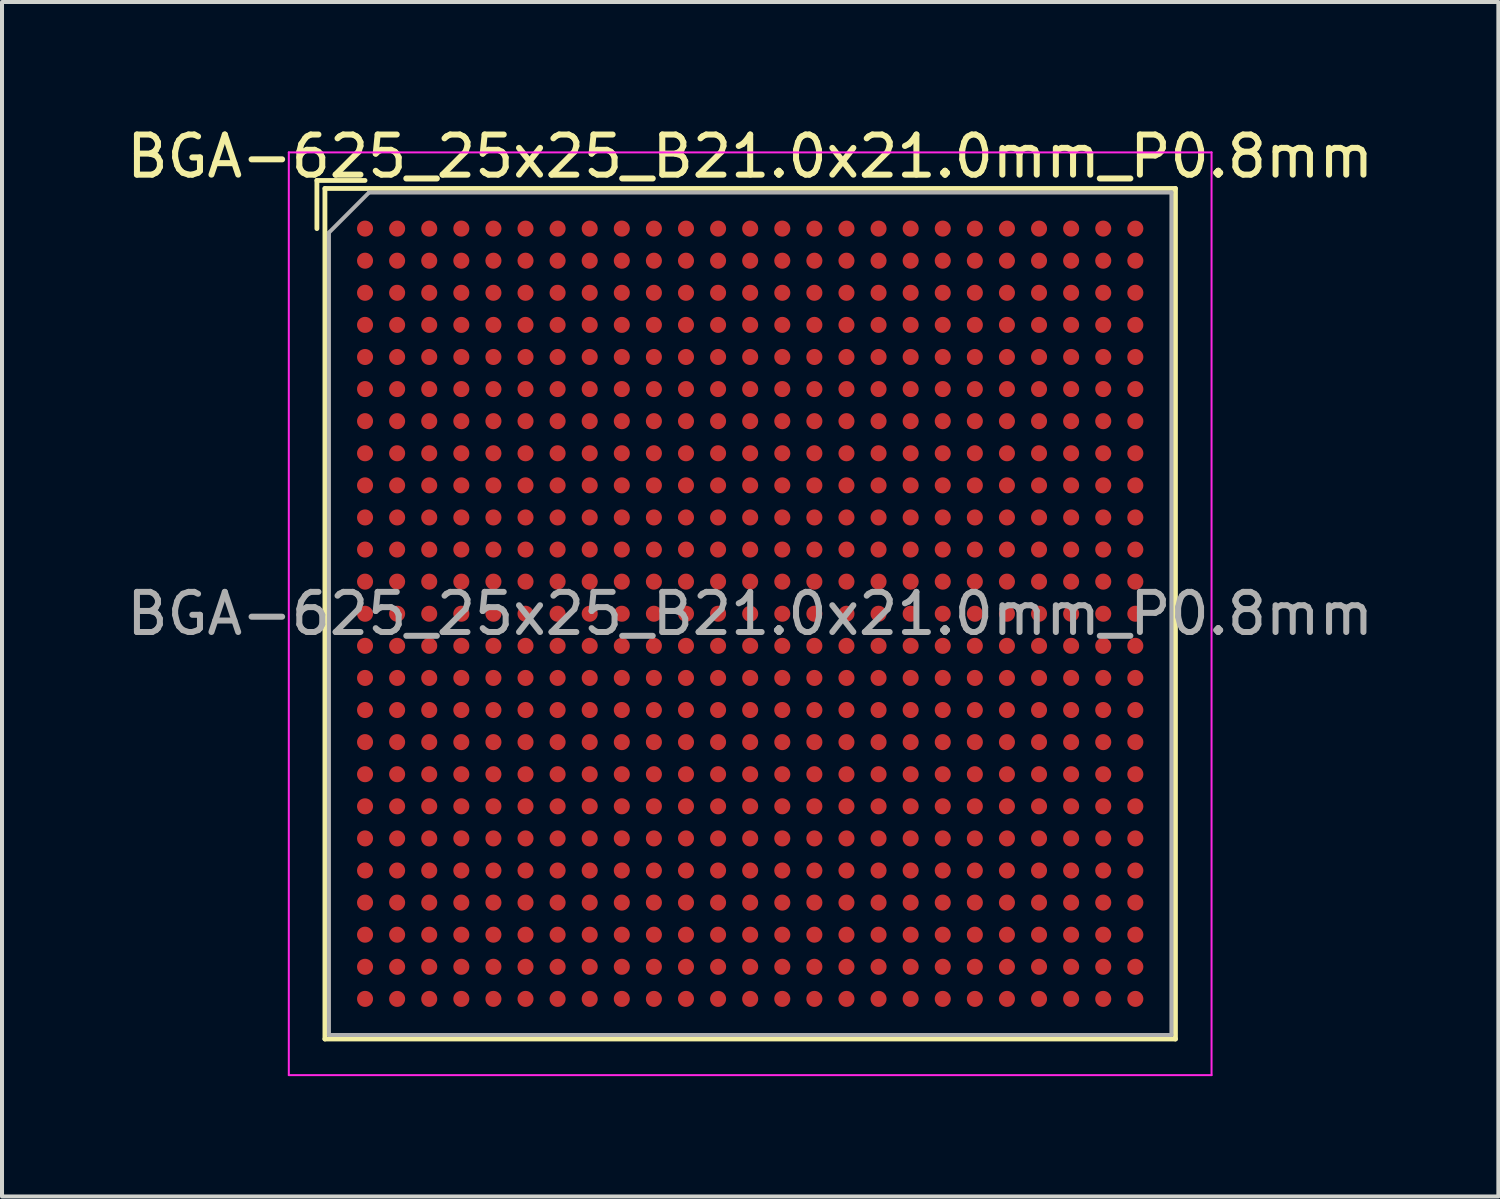
<source format=kicad_pcb>
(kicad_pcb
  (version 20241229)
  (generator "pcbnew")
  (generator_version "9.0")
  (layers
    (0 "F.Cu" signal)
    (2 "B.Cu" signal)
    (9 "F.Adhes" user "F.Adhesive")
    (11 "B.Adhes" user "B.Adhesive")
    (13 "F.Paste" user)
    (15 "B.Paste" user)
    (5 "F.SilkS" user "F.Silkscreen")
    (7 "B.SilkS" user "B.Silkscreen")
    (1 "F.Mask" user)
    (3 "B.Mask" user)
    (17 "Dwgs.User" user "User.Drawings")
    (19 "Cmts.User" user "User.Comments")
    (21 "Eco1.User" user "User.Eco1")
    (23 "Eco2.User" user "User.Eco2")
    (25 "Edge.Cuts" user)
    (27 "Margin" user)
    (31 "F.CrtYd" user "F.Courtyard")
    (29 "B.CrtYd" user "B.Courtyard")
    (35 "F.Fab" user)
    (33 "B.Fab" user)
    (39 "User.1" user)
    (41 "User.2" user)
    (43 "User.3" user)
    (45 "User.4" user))
  (footprint "BGA-625_25x25_B21.0x21.0mm_P0.8mm"
    (layer "F.Cu")
    (at 15.649 12.248)
    (property "Reference" "BGA-625_25x25_B21.0x21.0mm_P0.8mm" (at 0 -11.4 0) (layer "F.SilkS") (effects (font (size 1 1) (thickness 0.15))))
    (attr smd)
    (fp_line (start -10.8 -10.8) (end -10.8 -9.6) (stroke (width 0.12) (type solid)) (layer "F.SilkS"))
    (fp_line (start -10.6 -10.6) (end 10.6 -10.6) (stroke (width 0.12) (type solid)) (layer "F.SilkS"))
    (fp_line (start -10.6 10.6) (end -10.6 -10.6) (stroke (width 0.12) (type solid)) (layer "F.SilkS"))
    (fp_line (start -9.6 -10.8) (end -10.8 -10.8) (stroke (width 0.12) (type solid)) (layer "F.SilkS"))
    (fp_line (start 10.6 -10.6) (end 10.6 10.6) (stroke (width 0.12) (type solid)) (layer "F.SilkS"))
    (fp_line (start 10.6 10.6) (end -10.6 10.6) (stroke (width 0.12) (type solid)) (layer "F.SilkS"))
    (fp_line (start -11.5 -11.5) (end -11.5 11.5) (stroke (width 0.05) (type solid)) (layer "F.CrtYd"))
    (fp_line (start -11.5 -11.5) (end 11.5 -11.5) (stroke (width 0.05) (type solid)) (layer "F.CrtYd"))
    (fp_line (start 11.5 11.5) (end -11.5 11.5) (stroke (width 0.05) (type solid)) (layer "F.CrtYd"))
    (fp_line (start 11.5 11.5) (end 11.5 -11.5) (stroke (width 0.05) (type solid)) (layer "F.CrtYd"))
    (fp_line (start -10.5 -9.5) (end -9.5 -10.5) (stroke (width 0.1) (type solid)) (layer "F.Fab"))
    (fp_line (start -10.5 10.5) (end -10.5 -9.5) (stroke (width 0.1) (type solid)) (layer "F.Fab"))
    (fp_line (start -9.5 -10.5) (end 10.5 -10.5) (stroke (width 0.1) (type solid)) (layer "F.Fab"))
    (fp_line (start 10.5 -10.5) (end 10.5 10.5) (stroke (width 0.1) (type solid)) (layer "F.Fab"))
    (fp_line (start 10.5 10.5) (end -10.5 10.5) (stroke (width 0.1) (type solid)) (layer "F.Fab"))
    (fp_text user "${REFERENCE}" (at 0 0 0) (layer "F.Fab") (effects (font (size 1 1) (thickness 0.15))))
    (pad "A1" smd circle (at -9.6 -9.6) (size 0.4 0.4) (layers "F.Cu" "F.Mask" "F.Paste"))
    (pad "A2" smd circle (at -8.8 -9.6) (size 0.4 0.4) (layers "F.Cu" "F.Mask" "F.Paste"))
    (pad "A3" smd circle (at -8 -9.6) (size 0.4 0.4) (layers "F.Cu" "F.Mask" "F.Paste"))
    (pad "A4" smd circle (at -7.2 -9.6) (size 0.4 0.4) (layers "F.Cu" "F.Mask" "F.Paste"))
    (pad "A5" smd circle (at -6.4 -9.6) (size 0.4 0.4) (layers "F.Cu" "F.Mask" "F.Paste"))
    (pad "A6" smd circle (at -5.6 -9.6) (size 0.4 0.4) (layers "F.Cu" "F.Mask" "F.Paste"))
    (pad "A7" smd circle (at -4.8 -9.6) (size 0.4 0.4) (layers "F.Cu" "F.Mask" "F.Paste"))
    (pad "A8" smd circle (at -4 -9.6) (size 0.4 0.4) (layers "F.Cu" "F.Mask" "F.Paste"))
    (pad "A9" smd circle (at -3.2 -9.6) (size 0.4 0.4) (layers "F.Cu" "F.Mask" "F.Paste"))
    (pad "A10" smd circle (at -2.4 -9.6) (size 0.4 0.4) (layers "F.Cu" "F.Mask" "F.Paste"))
    (pad "A11" smd circle (at -1.6 -9.6) (size 0.4 0.4) (layers "F.Cu" "F.Mask" "F.Paste"))
    (pad "A12" smd circle (at -0.8 -9.6) (size 0.4 0.4) (layers "F.Cu" "F.Mask" "F.Paste"))
    (pad "A13" smd circle (at 0 -9.6) (size 0.4 0.4) (layers "F.Cu" "F.Mask" "F.Paste"))
    (pad "A14" smd circle (at 0.8 -9.6) (size 0.4 0.4) (layers "F.Cu" "F.Mask" "F.Paste"))
    (pad "A15" smd circle (at 1.6 -9.6) (size 0.4 0.4) (layers "F.Cu" "F.Mask" "F.Paste"))
    (pad "A16" smd circle (at 2.4 -9.6) (size 0.4 0.4) (layers "F.Cu" "F.Mask" "F.Paste"))
    (pad "A17" smd circle (at 3.2 -9.6) (size 0.4 0.4) (layers "F.Cu" "F.Mask" "F.Paste"))
    (pad "A18" smd circle (at 4 -9.6) (size 0.4 0.4) (layers "F.Cu" "F.Mask" "F.Paste"))
    (pad "A19" smd circle (at 4.8 -9.6) (size 0.4 0.4) (layers "F.Cu" "F.Mask" "F.Paste"))
    (pad "A20" smd circle (at 5.6 -9.6) (size 0.4 0.4) (layers "F.Cu" "F.Mask" "F.Paste"))
    (pad "A21" smd circle (at 6.4 -9.6) (size 0.4 0.4) (layers "F.Cu" "F.Mask" "F.Paste"))
    (pad "A22" smd circle (at 7.2 -9.6) (size 0.4 0.4) (layers "F.Cu" "F.Mask" "F.Paste"))
    (pad "A23" smd circle (at 8 -9.6) (size 0.4 0.4) (layers "F.Cu" "F.Mask" "F.Paste"))
    (pad "A24" smd circle (at 8.8 -9.6) (size 0.4 0.4) (layers "F.Cu" "F.Mask" "F.Paste"))
    (pad "A25" smd circle (at 9.6 -9.6) (size 0.4 0.4) (layers "F.Cu" "F.Mask" "F.Paste"))
    (pad "AA1" smd circle (at -9.6 6.4) (size 0.4 0.4) (layers "F.Cu" "F.Mask" "F.Paste"))
    (pad "AA2" smd circle (at -8.8 6.4) (size 0.4 0.4) (layers "F.Cu" "F.Mask" "F.Paste"))
    (pad "AA3" smd circle (at -8 6.4) (size 0.4 0.4) (layers "F.Cu" "F.Mask" "F.Paste"))
    (pad "AA4" smd circle (at -7.2 6.4) (size 0.4 0.4) (layers "F.Cu" "F.Mask" "F.Paste"))
    (pad "AA5" smd circle (at -6.4 6.4) (size 0.4 0.4) (layers "F.Cu" "F.Mask" "F.Paste"))
    (pad "AA6" smd circle (at -5.6 6.4) (size 0.4 0.4) (layers "F.Cu" "F.Mask" "F.Paste"))
    (pad "AA7" smd circle (at -4.8 6.4) (size 0.4 0.4) (layers "F.Cu" "F.Mask" "F.Paste"))
    (pad "AA8" smd circle (at -4 6.4) (size 0.4 0.4) (layers "F.Cu" "F.Mask" "F.Paste"))
    (pad "AA9" smd circle (at -3.2 6.4) (size 0.4 0.4) (layers "F.Cu" "F.Mask" "F.Paste"))
    (pad "AA10" smd circle (at -2.4 6.4) (size 0.4 0.4) (layers "F.Cu" "F.Mask" "F.Paste"))
    (pad "AA11" smd circle (at -1.6 6.4) (size 0.4 0.4) (layers "F.Cu" "F.Mask" "F.Paste"))
    (pad "AA12" smd circle (at -0.8 6.4) (size 0.4 0.4) (layers "F.Cu" "F.Mask" "F.Paste"))
    (pad "AA13" smd circle (at 0 6.4) (size 0.4 0.4) (layers "F.Cu" "F.Mask" "F.Paste"))
    (pad "AA14" smd circle (at 0.8 6.4) (size 0.4 0.4) (layers "F.Cu" "F.Mask" "F.Paste"))
    (pad "AA15" smd circle (at 1.6 6.4) (size 0.4 0.4) (layers "F.Cu" "F.Mask" "F.Paste"))
    (pad "AA16" smd circle (at 2.4 6.4) (size 0.4 0.4) (layers "F.Cu" "F.Mask" "F.Paste"))
    (pad "AA17" smd circle (at 3.2 6.4) (size 0.4 0.4) (layers "F.Cu" "F.Mask" "F.Paste"))
    (pad "AA18" smd circle (at 4 6.4) (size 0.4 0.4) (layers "F.Cu" "F.Mask" "F.Paste"))
    (pad "AA19" smd circle (at 4.8 6.4) (size 0.4 0.4) (layers "F.Cu" "F.Mask" "F.Paste"))
    (pad "AA20" smd circle (at 5.6 6.4) (size 0.4 0.4) (layers "F.Cu" "F.Mask" "F.Paste"))
    (pad "AA21" smd circle (at 6.4 6.4) (size 0.4 0.4) (layers "F.Cu" "F.Mask" "F.Paste"))
    (pad "AA22" smd circle (at 7.2 6.4) (size 0.4 0.4) (layers "F.Cu" "F.Mask" "F.Paste"))
    (pad "AA23" smd circle (at 8 6.4) (size 0.4 0.4) (layers "F.Cu" "F.Mask" "F.Paste"))
    (pad "AA24" smd circle (at 8.8 6.4) (size 0.4 0.4) (layers "F.Cu" "F.Mask" "F.Paste"))
    (pad "AA25" smd circle (at 9.6 6.4) (size 0.4 0.4) (layers "F.Cu" "F.Mask" "F.Paste"))
    (pad "AB1" smd circle (at -9.6 7.2) (size 0.4 0.4) (layers "F.Cu" "F.Mask" "F.Paste"))
    (pad "AB2" smd circle (at -8.8 7.2) (size 0.4 0.4) (layers "F.Cu" "F.Mask" "F.Paste"))
    (pad "AB3" smd circle (at -8 7.2) (size 0.4 0.4) (layers "F.Cu" "F.Mask" "F.Paste"))
    (pad "AB4" smd circle (at -7.2 7.2) (size 0.4 0.4) (layers "F.Cu" "F.Mask" "F.Paste"))
    (pad "AB5" smd circle (at -6.4 7.2) (size 0.4 0.4) (layers "F.Cu" "F.Mask" "F.Paste"))
    (pad "AB6" smd circle (at -5.6 7.2) (size 0.4 0.4) (layers "F.Cu" "F.Mask" "F.Paste"))
    (pad "AB7" smd circle (at -4.8 7.2) (size 0.4 0.4) (layers "F.Cu" "F.Mask" "F.Paste"))
    (pad "AB8" smd circle (at -4 7.2) (size 0.4 0.4) (layers "F.Cu" "F.Mask" "F.Paste"))
    (pad "AB9" smd circle (at -3.2 7.2) (size 0.4 0.4) (layers "F.Cu" "F.Mask" "F.Paste"))
    (pad "AB10" smd circle (at -2.4 7.2) (size 0.4 0.4) (layers "F.Cu" "F.Mask" "F.Paste"))
    (pad "AB11" smd circle (at -1.6 7.2) (size 0.4 0.4) (layers "F.Cu" "F.Mask" "F.Paste"))
    (pad "AB12" smd circle (at -0.8 7.2) (size 0.4 0.4) (layers "F.Cu" "F.Mask" "F.Paste"))
    (pad "AB13" smd circle (at 0 7.2) (size 0.4 0.4) (layers "F.Cu" "F.Mask" "F.Paste"))
    (pad "AB14" smd circle (at 0.8 7.2) (size 0.4 0.4) (layers "F.Cu" "F.Mask" "F.Paste"))
    (pad "AB15" smd circle (at 1.6 7.2) (size 0.4 0.4) (layers "F.Cu" "F.Mask" "F.Paste"))
    (pad "AB16" smd circle (at 2.4 7.2) (size 0.4 0.4) (layers "F.Cu" "F.Mask" "F.Paste"))
    (pad "AB17" smd circle (at 3.2 7.2) (size 0.4 0.4) (layers "F.Cu" "F.Mask" "F.Paste"))
    (pad "AB18" smd circle (at 4 7.2) (size 0.4 0.4) (layers "F.Cu" "F.Mask" "F.Paste"))
    (pad "AB19" smd circle (at 4.8 7.2) (size 0.4 0.4) (layers "F.Cu" "F.Mask" "F.Paste"))
    (pad "AB20" smd circle (at 5.6 7.2) (size 0.4 0.4) (layers "F.Cu" "F.Mask" "F.Paste"))
    (pad "AB21" smd circle (at 6.4 7.2) (size 0.4 0.4) (layers "F.Cu" "F.Mask" "F.Paste"))
    (pad "AB22" smd circle (at 7.2 7.2) (size 0.4 0.4) (layers "F.Cu" "F.Mask" "F.Paste"))
    (pad "AB23" smd circle (at 8 7.2) (size 0.4 0.4) (layers "F.Cu" "F.Mask" "F.Paste"))
    (pad "AB24" smd circle (at 8.8 7.2) (size 0.4 0.4) (layers "F.Cu" "F.Mask" "F.Paste"))
    (pad "AB25" smd circle (at 9.6 7.2) (size 0.4 0.4) (layers "F.Cu" "F.Mask" "F.Paste"))
    (pad "AC1" smd circle (at -9.6 8) (size 0.4 0.4) (layers "F.Cu" "F.Mask" "F.Paste"))
    (pad "AC2" smd circle (at -8.8 8) (size 0.4 0.4) (layers "F.Cu" "F.Mask" "F.Paste"))
    (pad "AC3" smd circle (at -8 8) (size 0.4 0.4) (layers "F.Cu" "F.Mask" "F.Paste"))
    (pad "AC4" smd circle (at -7.2 8) (size 0.4 0.4) (layers "F.Cu" "F.Mask" "F.Paste"))
    (pad "AC5" smd circle (at -6.4 8) (size 0.4 0.4) (layers "F.Cu" "F.Mask" "F.Paste"))
    (pad "AC6" smd circle (at -5.6 8) (size 0.4 0.4) (layers "F.Cu" "F.Mask" "F.Paste"))
    (pad "AC7" smd circle (at -4.8 8) (size 0.4 0.4) (layers "F.Cu" "F.Mask" "F.Paste"))
    (pad "AC8" smd circle (at -4 8) (size 0.4 0.4) (layers "F.Cu" "F.Mask" "F.Paste"))
    (pad "AC9" smd circle (at -3.2 8) (size 0.4 0.4) (layers "F.Cu" "F.Mask" "F.Paste"))
    (pad "AC10" smd circle (at -2.4 8) (size 0.4 0.4) (layers "F.Cu" "F.Mask" "F.Paste"))
    (pad "AC11" smd circle (at -1.6 8) (size 0.4 0.4) (layers "F.Cu" "F.Mask" "F.Paste"))
    (pad "AC12" smd circle (at -0.8 8) (size 0.4 0.4) (layers "F.Cu" "F.Mask" "F.Paste"))
    (pad "AC13" smd circle (at 0 8) (size 0.4 0.4) (layers "F.Cu" "F.Mask" "F.Paste"))
    (pad "AC14" smd circle (at 0.8 8) (size 0.4 0.4) (layers "F.Cu" "F.Mask" "F.Paste"))
    (pad "AC15" smd circle (at 1.6 8) (size 0.4 0.4) (layers "F.Cu" "F.Mask" "F.Paste"))
    (pad "AC16" smd circle (at 2.4 8) (size 0.4 0.4) (layers "F.Cu" "F.Mask" "F.Paste"))
    (pad "AC17" smd circle (at 3.2 8) (size 0.4 0.4) (layers "F.Cu" "F.Mask" "F.Paste"))
    (pad "AC18" smd circle (at 4 8) (size 0.4 0.4) (layers "F.Cu" "F.Mask" "F.Paste"))
    (pad "AC19" smd circle (at 4.8 8) (size 0.4 0.4) (layers "F.Cu" "F.Mask" "F.Paste"))
    (pad "AC20" smd circle (at 5.6 8) (size 0.4 0.4) (layers "F.Cu" "F.Mask" "F.Paste"))
    (pad "AC21" smd circle (at 6.4 8) (size 0.4 0.4) (layers "F.Cu" "F.Mask" "F.Paste"))
    (pad "AC22" smd circle (at 7.2 8) (size 0.4 0.4) (layers "F.Cu" "F.Mask" "F.Paste"))
    (pad "AC23" smd circle (at 8 8) (size 0.4 0.4) (layers "F.Cu" "F.Mask" "F.Paste"))
    (pad "AC24" smd circle (at 8.8 8) (size 0.4 0.4) (layers "F.Cu" "F.Mask" "F.Paste"))
    (pad "AC25" smd circle (at 9.6 8) (size 0.4 0.4) (layers "F.Cu" "F.Mask" "F.Paste"))
    (pad "AD1" smd circle (at -9.6 8.8) (size 0.4 0.4) (layers "F.Cu" "F.Mask" "F.Paste"))
    (pad "AD2" smd circle (at -8.8 8.8) (size 0.4 0.4) (layers "F.Cu" "F.Mask" "F.Paste"))
    (pad "AD3" smd circle (at -8 8.8) (size 0.4 0.4) (layers "F.Cu" "F.Mask" "F.Paste"))
    (pad "AD4" smd circle (at -7.2 8.8) (size 0.4 0.4) (layers "F.Cu" "F.Mask" "F.Paste"))
    (pad "AD5" smd circle (at -6.4 8.8) (size 0.4 0.4) (layers "F.Cu" "F.Mask" "F.Paste"))
    (pad "AD6" smd circle (at -5.6 8.8) (size 0.4 0.4) (layers "F.Cu" "F.Mask" "F.Paste"))
    (pad "AD7" smd circle (at -4.8 8.8) (size 0.4 0.4) (layers "F.Cu" "F.Mask" "F.Paste"))
    (pad "AD8" smd circle (at -4 8.8) (size 0.4 0.4) (layers "F.Cu" "F.Mask" "F.Paste"))
    (pad "AD9" smd circle (at -3.2 8.8) (size 0.4 0.4) (layers "F.Cu" "F.Mask" "F.Paste"))
    (pad "AD10" smd circle (at -2.4 8.8) (size 0.4 0.4) (layers "F.Cu" "F.Mask" "F.Paste"))
    (pad "AD11" smd circle (at -1.6 8.8) (size 0.4 0.4) (layers "F.Cu" "F.Mask" "F.Paste"))
    (pad "AD12" smd circle (at -0.8 8.8) (size 0.4 0.4) (layers "F.Cu" "F.Mask" "F.Paste"))
    (pad "AD13" smd circle (at 0 8.8) (size 0.4 0.4) (layers "F.Cu" "F.Mask" "F.Paste"))
    (pad "AD14" smd circle (at 0.8 8.8) (size 0.4 0.4) (layers "F.Cu" "F.Mask" "F.Paste"))
    (pad "AD15" smd circle (at 1.6 8.8) (size 0.4 0.4) (layers "F.Cu" "F.Mask" "F.Paste"))
    (pad "AD16" smd circle (at 2.4 8.8) (size 0.4 0.4) (layers "F.Cu" "F.Mask" "F.Paste"))
    (pad "AD17" smd circle (at 3.2 8.8) (size 0.4 0.4) (layers "F.Cu" "F.Mask" "F.Paste"))
    (pad "AD18" smd circle (at 4 8.8) (size 0.4 0.4) (layers "F.Cu" "F.Mask" "F.Paste"))
    (pad "AD19" smd circle (at 4.8 8.8) (size 0.4 0.4) (layers "F.Cu" "F.Mask" "F.Paste"))
    (pad "AD20" smd circle (at 5.6 8.8) (size 0.4 0.4) (layers "F.Cu" "F.Mask" "F.Paste"))
    (pad "AD21" smd circle (at 6.4 8.8) (size 0.4 0.4) (layers "F.Cu" "F.Mask" "F.Paste"))
    (pad "AD22" smd circle (at 7.2 8.8) (size 0.4 0.4) (layers "F.Cu" "F.Mask" "F.Paste"))
    (pad "AD23" smd circle (at 8 8.8) (size 0.4 0.4) (layers "F.Cu" "F.Mask" "F.Paste"))
    (pad "AD24" smd circle (at 8.8 8.8) (size 0.4 0.4) (layers "F.Cu" "F.Mask" "F.Paste"))
    (pad "AD25" smd circle (at 9.6 8.8) (size 0.4 0.4) (layers "F.Cu" "F.Mask" "F.Paste"))
    (pad "AE1" smd circle (at -9.6 9.6) (size 0.4 0.4) (layers "F.Cu" "F.Mask" "F.Paste"))
    (pad "AE2" smd circle (at -8.8 9.6) (size 0.4 0.4) (layers "F.Cu" "F.Mask" "F.Paste"))
    (pad "AE3" smd circle (at -8 9.6) (size 0.4 0.4) (layers "F.Cu" "F.Mask" "F.Paste"))
    (pad "AE4" smd circle (at -7.2 9.6) (size 0.4 0.4) (layers "F.Cu" "F.Mask" "F.Paste"))
    (pad "AE5" smd circle (at -6.4 9.6) (size 0.4 0.4) (layers "F.Cu" "F.Mask" "F.Paste"))
    (pad "AE6" smd circle (at -5.6 9.6) (size 0.4 0.4) (layers "F.Cu" "F.Mask" "F.Paste"))
    (pad "AE7" smd circle (at -4.8 9.6) (size 0.4 0.4) (layers "F.Cu" "F.Mask" "F.Paste"))
    (pad "AE8" smd circle (at -4 9.6) (size 0.4 0.4) (layers "F.Cu" "F.Mask" "F.Paste"))
    (pad "AE9" smd circle (at -3.2 9.6) (size 0.4 0.4) (layers "F.Cu" "F.Mask" "F.Paste"))
    (pad "AE10" smd circle (at -2.4 9.6) (size 0.4 0.4) (layers "F.Cu" "F.Mask" "F.Paste"))
    (pad "AE11" smd circle (at -1.6 9.6) (size 0.4 0.4) (layers "F.Cu" "F.Mask" "F.Paste"))
    (pad "AE12" smd circle (at -0.8 9.6) (size 0.4 0.4) (layers "F.Cu" "F.Mask" "F.Paste"))
    (pad "AE13" smd circle (at 0 9.6) (size 0.4 0.4) (layers "F.Cu" "F.Mask" "F.Paste"))
    (pad "AE14" smd circle (at 0.8 9.6) (size 0.4 0.4) (layers "F.Cu" "F.Mask" "F.Paste"))
    (pad "AE15" smd circle (at 1.6 9.6) (size 0.4 0.4) (layers "F.Cu" "F.Mask" "F.Paste"))
    (pad "AE16" smd circle (at 2.4 9.6) (size 0.4 0.4) (layers "F.Cu" "F.Mask" "F.Paste"))
    (pad "AE17" smd circle (at 3.2 9.6) (size 0.4 0.4) (layers "F.Cu" "F.Mask" "F.Paste"))
    (pad "AE18" smd circle (at 4 9.6) (size 0.4 0.4) (layers "F.Cu" "F.Mask" "F.Paste"))
    (pad "AE19" smd circle (at 4.8 9.6) (size 0.4 0.4) (layers "F.Cu" "F.Mask" "F.Paste"))
    (pad "AE20" smd circle (at 5.6 9.6) (size 0.4 0.4) (layers "F.Cu" "F.Mask" "F.Paste"))
    (pad "AE21" smd circle (at 6.4 9.6) (size 0.4 0.4) (layers "F.Cu" "F.Mask" "F.Paste"))
    (pad "AE22" smd circle (at 7.2 9.6) (size 0.4 0.4) (layers "F.Cu" "F.Mask" "F.Paste"))
    (pad "AE23" smd circle (at 8 9.6) (size 0.4 0.4) (layers "F.Cu" "F.Mask" "F.Paste"))
    (pad "AE24" smd circle (at 8.8 9.6) (size 0.4 0.4) (layers "F.Cu" "F.Mask" "F.Paste"))
    (pad "AE25" smd circle (at 9.6 9.6) (size 0.4 0.4) (layers "F.Cu" "F.Mask" "F.Paste"))
    (pad "B1" smd circle (at -9.6 -8.8) (size 0.4 0.4) (layers "F.Cu" "F.Mask" "F.Paste"))
    (pad "B2" smd circle (at -8.8 -8.8) (size 0.4 0.4) (layers "F.Cu" "F.Mask" "F.Paste"))
    (pad "B3" smd circle (at -8 -8.8) (size 0.4 0.4) (layers "F.Cu" "F.Mask" "F.Paste"))
    (pad "B4" smd circle (at -7.2 -8.8) (size 0.4 0.4) (layers "F.Cu" "F.Mask" "F.Paste"))
    (pad "B5" smd circle (at -6.4 -8.8) (size 0.4 0.4) (layers "F.Cu" "F.Mask" "F.Paste"))
    (pad "B6" smd circle (at -5.6 -8.8) (size 0.4 0.4) (layers "F.Cu" "F.Mask" "F.Paste"))
    (pad "B7" smd circle (at -4.8 -8.8) (size 0.4 0.4) (layers "F.Cu" "F.Mask" "F.Paste"))
    (pad "B8" smd circle (at -4 -8.8) (size 0.4 0.4) (layers "F.Cu" "F.Mask" "F.Paste"))
    (pad "B9" smd circle (at -3.2 -8.8) (size 0.4 0.4) (layers "F.Cu" "F.Mask" "F.Paste"))
    (pad "B10" smd circle (at -2.4 -8.8) (size 0.4 0.4) (layers "F.Cu" "F.Mask" "F.Paste"))
    (pad "B11" smd circle (at -1.6 -8.8) (size 0.4 0.4) (layers "F.Cu" "F.Mask" "F.Paste"))
    (pad "B12" smd circle (at -0.8 -8.8) (size 0.4 0.4) (layers "F.Cu" "F.Mask" "F.Paste"))
    (pad "B13" smd circle (at 0 -8.8) (size 0.4 0.4) (layers "F.Cu" "F.Mask" "F.Paste"))
    (pad "B14" smd circle (at 0.8 -8.8) (size 0.4 0.4) (layers "F.Cu" "F.Mask" "F.Paste"))
    (pad "B15" smd circle (at 1.6 -8.8) (size 0.4 0.4) (layers "F.Cu" "F.Mask" "F.Paste"))
    (pad "B16" smd circle (at 2.4 -8.8) (size 0.4 0.4) (layers "F.Cu" "F.Mask" "F.Paste"))
    (pad "B17" smd circle (at 3.2 -8.8) (size 0.4 0.4) (layers "F.Cu" "F.Mask" "F.Paste"))
    (pad "B18" smd circle (at 4 -8.8) (size 0.4 0.4) (layers "F.Cu" "F.Mask" "F.Paste"))
    (pad "B19" smd circle (at 4.8 -8.8) (size 0.4 0.4) (layers "F.Cu" "F.Mask" "F.Paste"))
    (pad "B20" smd circle (at 5.6 -8.8) (size 0.4 0.4) (layers "F.Cu" "F.Mask" "F.Paste"))
    (pad "B21" smd circle (at 6.4 -8.8) (size 0.4 0.4) (layers "F.Cu" "F.Mask" "F.Paste"))
    (pad "B22" smd circle (at 7.2 -8.8) (size 0.4 0.4) (layers "F.Cu" "F.Mask" "F.Paste"))
    (pad "B23" smd circle (at 8 -8.8) (size 0.4 0.4) (layers "F.Cu" "F.Mask" "F.Paste"))
    (pad "B24" smd circle (at 8.8 -8.8) (size 0.4 0.4) (layers "F.Cu" "F.Mask" "F.Paste"))
    (pad "B25" smd circle (at 9.6 -8.8) (size 0.4 0.4) (layers "F.Cu" "F.Mask" "F.Paste"))
    (pad "C1" smd circle (at -9.6 -8) (size 0.4 0.4) (layers "F.Cu" "F.Mask" "F.Paste"))
    (pad "C2" smd circle (at -8.8 -8) (size 0.4 0.4) (layers "F.Cu" "F.Mask" "F.Paste"))
    (pad "C3" smd circle (at -8 -8) (size 0.4 0.4) (layers "F.Cu" "F.Mask" "F.Paste"))
    (pad "C4" smd circle (at -7.2 -8) (size 0.4 0.4) (layers "F.Cu" "F.Mask" "F.Paste"))
    (pad "C5" smd circle (at -6.4 -8) (size 0.4 0.4) (layers "F.Cu" "F.Mask" "F.Paste"))
    (pad "C6" smd circle (at -5.6 -8) (size 0.4 0.4) (layers "F.Cu" "F.Mask" "F.Paste"))
    (pad "C7" smd circle (at -4.8 -8) (size 0.4 0.4) (layers "F.Cu" "F.Mask" "F.Paste"))
    (pad "C8" smd circle (at -4 -8) (size 0.4 0.4) (layers "F.Cu" "F.Mask" "F.Paste"))
    (pad "C9" smd circle (at -3.2 -8) (size 0.4 0.4) (layers "F.Cu" "F.Mask" "F.Paste"))
    (pad "C10" smd circle (at -2.4 -8) (size 0.4 0.4) (layers "F.Cu" "F.Mask" "F.Paste"))
    (pad "C11" smd circle (at -1.6 -8) (size 0.4 0.4) (layers "F.Cu" "F.Mask" "F.Paste"))
    (pad "C12" smd circle (at -0.8 -8) (size 0.4 0.4) (layers "F.Cu" "F.Mask" "F.Paste"))
    (pad "C13" smd circle (at 0 -8) (size 0.4 0.4) (layers "F.Cu" "F.Mask" "F.Paste"))
    (pad "C14" smd circle (at 0.8 -8) (size 0.4 0.4) (layers "F.Cu" "F.Mask" "F.Paste"))
    (pad "C15" smd circle (at 1.6 -8) (size 0.4 0.4) (layers "F.Cu" "F.Mask" "F.Paste"))
    (pad "C16" smd circle (at 2.4 -8) (size 0.4 0.4) (layers "F.Cu" "F.Mask" "F.Paste"))
    (pad "C17" smd circle (at 3.2 -8) (size 0.4 0.4) (layers "F.Cu" "F.Mask" "F.Paste"))
    (pad "C18" smd circle (at 4 -8) (size 0.4 0.4) (layers "F.Cu" "F.Mask" "F.Paste"))
    (pad "C19" smd circle (at 4.8 -8) (size 0.4 0.4) (layers "F.Cu" "F.Mask" "F.Paste"))
    (pad "C20" smd circle (at 5.6 -8) (size 0.4 0.4) (layers "F.Cu" "F.Mask" "F.Paste"))
    (pad "C21" smd circle (at 6.4 -8) (size 0.4 0.4) (layers "F.Cu" "F.Mask" "F.Paste"))
    (pad "C22" smd circle (at 7.2 -8) (size 0.4 0.4) (layers "F.Cu" "F.Mask" "F.Paste"))
    (pad "C23" smd circle (at 8 -8) (size 0.4 0.4) (layers "F.Cu" "F.Mask" "F.Paste"))
    (pad "C24" smd circle (at 8.8 -8) (size 0.4 0.4) (layers "F.Cu" "F.Mask" "F.Paste"))
    (pad "C25" smd circle (at 9.6 -8) (size 0.4 0.4) (layers "F.Cu" "F.Mask" "F.Paste"))
    (pad "D1" smd circle (at -9.6 -7.2) (size 0.4 0.4) (layers "F.Cu" "F.Mask" "F.Paste"))
    (pad "D2" smd circle (at -8.8 -7.2) (size 0.4 0.4) (layers "F.Cu" "F.Mask" "F.Paste"))
    (pad "D3" smd circle (at -8 -7.2) (size 0.4 0.4) (layers "F.Cu" "F.Mask" "F.Paste"))
    (pad "D4" smd circle (at -7.2 -7.2) (size 0.4 0.4) (layers "F.Cu" "F.Mask" "F.Paste"))
    (pad "D5" smd circle (at -6.4 -7.2) (size 0.4 0.4) (layers "F.Cu" "F.Mask" "F.Paste"))
    (pad "D6" smd circle (at -5.6 -7.2) (size 0.4 0.4) (layers "F.Cu" "F.Mask" "F.Paste"))
    (pad "D7" smd circle (at -4.8 -7.2) (size 0.4 0.4) (layers "F.Cu" "F.Mask" "F.Paste"))
    (pad "D8" smd circle (at -4 -7.2) (size 0.4 0.4) (layers "F.Cu" "F.Mask" "F.Paste"))
    (pad "D9" smd circle (at -3.2 -7.2) (size 0.4 0.4) (layers "F.Cu" "F.Mask" "F.Paste"))
    (pad "D10" smd circle (at -2.4 -7.2) (size 0.4 0.4) (layers "F.Cu" "F.Mask" "F.Paste"))
    (pad "D11" smd circle (at -1.6 -7.2) (size 0.4 0.4) (layers "F.Cu" "F.Mask" "F.Paste"))
    (pad "D12" smd circle (at -0.8 -7.2) (size 0.4 0.4) (layers "F.Cu" "F.Mask" "F.Paste"))
    (pad "D13" smd circle (at 0 -7.2) (size 0.4 0.4) (layers "F.Cu" "F.Mask" "F.Paste"))
    (pad "D14" smd circle (at 0.8 -7.2) (size 0.4 0.4) (layers "F.Cu" "F.Mask" "F.Paste"))
    (pad "D15" smd circle (at 1.6 -7.2) (size 0.4 0.4) (layers "F.Cu" "F.Mask" "F.Paste"))
    (pad "D16" smd circle (at 2.4 -7.2) (size 0.4 0.4) (layers "F.Cu" "F.Mask" "F.Paste"))
    (pad "D17" smd circle (at 3.2 -7.2) (size 0.4 0.4) (layers "F.Cu" "F.Mask" "F.Paste"))
    (pad "D18" smd circle (at 4 -7.2) (size 0.4 0.4) (layers "F.Cu" "F.Mask" "F.Paste"))
    (pad "D19" smd circle (at 4.8 -7.2) (size 0.4 0.4) (layers "F.Cu" "F.Mask" "F.Paste"))
    (pad "D20" smd circle (at 5.6 -7.2) (size 0.4 0.4) (layers "F.Cu" "F.Mask" "F.Paste"))
    (pad "D21" smd circle (at 6.4 -7.2) (size 0.4 0.4) (layers "F.Cu" "F.Mask" "F.Paste"))
    (pad "D22" smd circle (at 7.2 -7.2) (size 0.4 0.4) (layers "F.Cu" "F.Mask" "F.Paste"))
    (pad "D23" smd circle (at 8 -7.2) (size 0.4 0.4) (layers "F.Cu" "F.Mask" "F.Paste"))
    (pad "D24" smd circle (at 8.8 -7.2) (size 0.4 0.4) (layers "F.Cu" "F.Mask" "F.Paste"))
    (pad "D25" smd circle (at 9.6 -7.2) (size 0.4 0.4) (layers "F.Cu" "F.Mask" "F.Paste"))
    (pad "E1" smd circle (at -9.6 -6.4) (size 0.4 0.4) (layers "F.Cu" "F.Mask" "F.Paste"))
    (pad "E2" smd circle (at -8.8 -6.4) (size 0.4 0.4) (layers "F.Cu" "F.Mask" "F.Paste"))
    (pad "E3" smd circle (at -8 -6.4) (size 0.4 0.4) (layers "F.Cu" "F.Mask" "F.Paste"))
    (pad "E4" smd circle (at -7.2 -6.4) (size 0.4 0.4) (layers "F.Cu" "F.Mask" "F.Paste"))
    (pad "E5" smd circle (at -6.4 -6.4) (size 0.4 0.4) (layers "F.Cu" "F.Mask" "F.Paste"))
    (pad "E6" smd circle (at -5.6 -6.4) (size 0.4 0.4) (layers "F.Cu" "F.Mask" "F.Paste"))
    (pad "E7" smd circle (at -4.8 -6.4) (size 0.4 0.4) (layers "F.Cu" "F.Mask" "F.Paste"))
    (pad "E8" smd circle (at -4 -6.4) (size 0.4 0.4) (layers "F.Cu" "F.Mask" "F.Paste"))
    (pad "E9" smd circle (at -3.2 -6.4) (size 0.4 0.4) (layers "F.Cu" "F.Mask" "F.Paste"))
    (pad "E10" smd circle (at -2.4 -6.4) (size 0.4 0.4) (layers "F.Cu" "F.Mask" "F.Paste"))
    (pad "E11" smd circle (at -1.6 -6.4) (size 0.4 0.4) (layers "F.Cu" "F.Mask" "F.Paste"))
    (pad "E12" smd circle (at -0.8 -6.4) (size 0.4 0.4) (layers "F.Cu" "F.Mask" "F.Paste"))
    (pad "E13" smd circle (at 0 -6.4) (size 0.4 0.4) (layers "F.Cu" "F.Mask" "F.Paste"))
    (pad "E14" smd circle (at 0.8 -6.4) (size 0.4 0.4) (layers "F.Cu" "F.Mask" "F.Paste"))
    (pad "E15" smd circle (at 1.6 -6.4) (size 0.4 0.4) (layers "F.Cu" "F.Mask" "F.Paste"))
    (pad "E16" smd circle (at 2.4 -6.4) (size 0.4 0.4) (layers "F.Cu" "F.Mask" "F.Paste"))
    (pad "E17" smd circle (at 3.2 -6.4) (size 0.4 0.4) (layers "F.Cu" "F.Mask" "F.Paste"))
    (pad "E18" smd circle (at 4 -6.4) (size 0.4 0.4) (layers "F.Cu" "F.Mask" "F.Paste"))
    (pad "E19" smd circle (at 4.8 -6.4) (size 0.4 0.4) (layers "F.Cu" "F.Mask" "F.Paste"))
    (pad "E20" smd circle (at 5.6 -6.4) (size 0.4 0.4) (layers "F.Cu" "F.Mask" "F.Paste"))
    (pad "E21" smd circle (at 6.4 -6.4) (size 0.4 0.4) (layers "F.Cu" "F.Mask" "F.Paste"))
    (pad "E22" smd circle (at 7.2 -6.4) (size 0.4 0.4) (layers "F.Cu" "F.Mask" "F.Paste"))
    (pad "E23" smd circle (at 8 -6.4) (size 0.4 0.4) (layers "F.Cu" "F.Mask" "F.Paste"))
    (pad "E24" smd circle (at 8.8 -6.4) (size 0.4 0.4) (layers "F.Cu" "F.Mask" "F.Paste"))
    (pad "E25" smd circle (at 9.6 -6.4) (size 0.4 0.4) (layers "F.Cu" "F.Mask" "F.Paste"))
    (pad "F1" smd circle (at -9.6 -5.6) (size 0.4 0.4) (layers "F.Cu" "F.Mask" "F.Paste"))
    (pad "F2" smd circle (at -8.8 -5.6) (size 0.4 0.4) (layers "F.Cu" "F.Mask" "F.Paste"))
    (pad "F3" smd circle (at -8 -5.6) (size 0.4 0.4) (layers "F.Cu" "F.Mask" "F.Paste"))
    (pad "F4" smd circle (at -7.2 -5.6) (size 0.4 0.4) (layers "F.Cu" "F.Mask" "F.Paste"))
    (pad "F5" smd circle (at -6.4 -5.6) (size 0.4 0.4) (layers "F.Cu" "F.Mask" "F.Paste"))
    (pad "F6" smd circle (at -5.6 -5.6) (size 0.4 0.4) (layers "F.Cu" "F.Mask" "F.Paste"))
    (pad "F7" smd circle (at -4.8 -5.6) (size 0.4 0.4) (layers "F.Cu" "F.Mask" "F.Paste"))
    (pad "F8" smd circle (at -4 -5.6) (size 0.4 0.4) (layers "F.Cu" "F.Mask" "F.Paste"))
    (pad "F9" smd circle (at -3.2 -5.6) (size 0.4 0.4) (layers "F.Cu" "F.Mask" "F.Paste"))
    (pad "F10" smd circle (at -2.4 -5.6) (size 0.4 0.4) (layers "F.Cu" "F.Mask" "F.Paste"))
    (pad "F11" smd circle (at -1.6 -5.6) (size 0.4 0.4) (layers "F.Cu" "F.Mask" "F.Paste"))
    (pad "F12" smd circle (at -0.8 -5.6) (size 0.4 0.4) (layers "F.Cu" "F.Mask" "F.Paste"))
    (pad "F13" smd circle (at 0 -5.6) (size 0.4 0.4) (layers "F.Cu" "F.Mask" "F.Paste"))
    (pad "F14" smd circle (at 0.8 -5.6) (size 0.4 0.4) (layers "F.Cu" "F.Mask" "F.Paste"))
    (pad "F15" smd circle (at 1.6 -5.6) (size 0.4 0.4) (layers "F.Cu" "F.Mask" "F.Paste"))
    (pad "F16" smd circle (at 2.4 -5.6) (size 0.4 0.4) (layers "F.Cu" "F.Mask" "F.Paste"))
    (pad "F17" smd circle (at 3.2 -5.6) (size 0.4 0.4) (layers "F.Cu" "F.Mask" "F.Paste"))
    (pad "F18" smd circle (at 4 -5.6) (size 0.4 0.4) (layers "F.Cu" "F.Mask" "F.Paste"))
    (pad "F19" smd circle (at 4.8 -5.6) (size 0.4 0.4) (layers "F.Cu" "F.Mask" "F.Paste"))
    (pad "F20" smd circle (at 5.6 -5.6) (size 0.4 0.4) (layers "F.Cu" "F.Mask" "F.Paste"))
    (pad "F21" smd circle (at 6.4 -5.6) (size 0.4 0.4) (layers "F.Cu" "F.Mask" "F.Paste"))
    (pad "F22" smd circle (at 7.2 -5.6) (size 0.4 0.4) (layers "F.Cu" "F.Mask" "F.Paste"))
    (pad "F23" smd circle (at 8 -5.6) (size 0.4 0.4) (layers "F.Cu" "F.Mask" "F.Paste"))
    (pad "F24" smd circle (at 8.8 -5.6) (size 0.4 0.4) (layers "F.Cu" "F.Mask" "F.Paste"))
    (pad "F25" smd circle (at 9.6 -5.6) (size 0.4 0.4) (layers "F.Cu" "F.Mask" "F.Paste"))
    (pad "G1" smd circle (at -9.6 -4.8) (size 0.4 0.4) (layers "F.Cu" "F.Mask" "F.Paste"))
    (pad "G2" smd circle (at -8.8 -4.8) (size 0.4 0.4) (layers "F.Cu" "F.Mask" "F.Paste"))
    (pad "G3" smd circle (at -8 -4.8) (size 0.4 0.4) (layers "F.Cu" "F.Mask" "F.Paste"))
    (pad "G4" smd circle (at -7.2 -4.8) (size 0.4 0.4) (layers "F.Cu" "F.Mask" "F.Paste"))
    (pad "G5" smd circle (at -6.4 -4.8) (size 0.4 0.4) (layers "F.Cu" "F.Mask" "F.Paste"))
    (pad "G6" smd circle (at -5.6 -4.8) (size 0.4 0.4) (layers "F.Cu" "F.Mask" "F.Paste"))
    (pad "G7" smd circle (at -4.8 -4.8) (size 0.4 0.4) (layers "F.Cu" "F.Mask" "F.Paste"))
    (pad "G8" smd circle (at -4 -4.8) (size 0.4 0.4) (layers "F.Cu" "F.Mask" "F.Paste"))
    (pad "G9" smd circle (at -3.2 -4.8) (size 0.4 0.4) (layers "F.Cu" "F.Mask" "F.Paste"))
    (pad "G10" smd circle (at -2.4 -4.8) (size 0.4 0.4) (layers "F.Cu" "F.Mask" "F.Paste"))
    (pad "G11" smd circle (at -1.6 -4.8) (size 0.4 0.4) (layers "F.Cu" "F.Mask" "F.Paste"))
    (pad "G12" smd circle (at -0.8 -4.8) (size 0.4 0.4) (layers "F.Cu" "F.Mask" "F.Paste"))
    (pad "G13" smd circle (at 0 -4.8) (size 0.4 0.4) (layers "F.Cu" "F.Mask" "F.Paste"))
    (pad "G14" smd circle (at 0.8 -4.8) (size 0.4 0.4) (layers "F.Cu" "F.Mask" "F.Paste"))
    (pad "G15" smd circle (at 1.6 -4.8) (size 0.4 0.4) (layers "F.Cu" "F.Mask" "F.Paste"))
    (pad "G16" smd circle (at 2.4 -4.8) (size 0.4 0.4) (layers "F.Cu" "F.Mask" "F.Paste"))
    (pad "G17" smd circle (at 3.2 -4.8) (size 0.4 0.4) (layers "F.Cu" "F.Mask" "F.Paste"))
    (pad "G18" smd circle (at 4 -4.8) (size 0.4 0.4) (layers "F.Cu" "F.Mask" "F.Paste"))
    (pad "G19" smd circle (at 4.8 -4.8) (size 0.4 0.4) (layers "F.Cu" "F.Mask" "F.Paste"))
    (pad "G20" smd circle (at 5.6 -4.8) (size 0.4 0.4) (layers "F.Cu" "F.Mask" "F.Paste"))
    (pad "G21" smd circle (at 6.4 -4.8) (size 0.4 0.4) (layers "F.Cu" "F.Mask" "F.Paste"))
    (pad "G22" smd circle (at 7.2 -4.8) (size 0.4 0.4) (layers "F.Cu" "F.Mask" "F.Paste"))
    (pad "G23" smd circle (at 8 -4.8) (size 0.4 0.4) (layers "F.Cu" "F.Mask" "F.Paste"))
    (pad "G24" smd circle (at 8.8 -4.8) (size 0.4 0.4) (layers "F.Cu" "F.Mask" "F.Paste"))
    (pad "G25" smd circle (at 9.6 -4.8) (size 0.4 0.4) (layers "F.Cu" "F.Mask" "F.Paste"))
    (pad "H1" smd circle (at -9.6 -4) (size 0.4 0.4) (layers "F.Cu" "F.Mask" "F.Paste"))
    (pad "H2" smd circle (at -8.8 -4) (size 0.4 0.4) (layers "F.Cu" "F.Mask" "F.Paste"))
    (pad "H3" smd circle (at -8 -4) (size 0.4 0.4) (layers "F.Cu" "F.Mask" "F.Paste"))
    (pad "H4" smd circle (at -7.2 -4) (size 0.4 0.4) (layers "F.Cu" "F.Mask" "F.Paste"))
    (pad "H5" smd circle (at -6.4 -4) (size 0.4 0.4) (layers "F.Cu" "F.Mask" "F.Paste"))
    (pad "H6" smd circle (at -5.6 -4) (size 0.4 0.4) (layers "F.Cu" "F.Mask" "F.Paste"))
    (pad "H7" smd circle (at -4.8 -4) (size 0.4 0.4) (layers "F.Cu" "F.Mask" "F.Paste"))
    (pad "H8" smd circle (at -4 -4) (size 0.4 0.4) (layers "F.Cu" "F.Mask" "F.Paste"))
    (pad "H9" smd circle (at -3.2 -4) (size 0.4 0.4) (layers "F.Cu" "F.Mask" "F.Paste"))
    (pad "H10" smd circle (at -2.4 -4) (size 0.4 0.4) (layers "F.Cu" "F.Mask" "F.Paste"))
    (pad "H11" smd circle (at -1.6 -4) (size 0.4 0.4) (layers "F.Cu" "F.Mask" "F.Paste"))
    (pad "H12" smd circle (at -0.8 -4) (size 0.4 0.4) (layers "F.Cu" "F.Mask" "F.Paste"))
    (pad "H13" smd circle (at 0 -4) (size 0.4 0.4) (layers "F.Cu" "F.Mask" "F.Paste"))
    (pad "H14" smd circle (at 0.8 -4) (size 0.4 0.4) (layers "F.Cu" "F.Mask" "F.Paste"))
    (pad "H15" smd circle (at 1.6 -4) (size 0.4 0.4) (layers "F.Cu" "F.Mask" "F.Paste"))
    (pad "H16" smd circle (at 2.4 -4) (size 0.4 0.4) (layers "F.Cu" "F.Mask" "F.Paste"))
    (pad "H17" smd circle (at 3.2 -4) (size 0.4 0.4) (layers "F.Cu" "F.Mask" "F.Paste"))
    (pad "H18" smd circle (at 4 -4) (size 0.4 0.4) (layers "F.Cu" "F.Mask" "F.Paste"))
    (pad "H19" smd circle (at 4.8 -4) (size 0.4 0.4) (layers "F.Cu" "F.Mask" "F.Paste"))
    (pad "H20" smd circle (at 5.6 -4) (size 0.4 0.4) (layers "F.Cu" "F.Mask" "F.Paste"))
    (pad "H21" smd circle (at 6.4 -4) (size 0.4 0.4) (layers "F.Cu" "F.Mask" "F.Paste"))
    (pad "H22" smd circle (at 7.2 -4) (size 0.4 0.4) (layers "F.Cu" "F.Mask" "F.Paste"))
    (pad "H23" smd circle (at 8 -4) (size 0.4 0.4) (layers "F.Cu" "F.Mask" "F.Paste"))
    (pad "H24" smd circle (at 8.8 -4) (size 0.4 0.4) (layers "F.Cu" "F.Mask" "F.Paste"))
    (pad "H25" smd circle (at 9.6 -4) (size 0.4 0.4) (layers "F.Cu" "F.Mask" "F.Paste"))
    (pad "J1" smd circle (at -9.6 -3.2) (size 0.4 0.4) (layers "F.Cu" "F.Mask" "F.Paste"))
    (pad "J2" smd circle (at -8.8 -3.2) (size 0.4 0.4) (layers "F.Cu" "F.Mask" "F.Paste"))
    (pad "J3" smd circle (at -8 -3.2) (size 0.4 0.4) (layers "F.Cu" "F.Mask" "F.Paste"))
    (pad "J4" smd circle (at -7.2 -3.2) (size 0.4 0.4) (layers "F.Cu" "F.Mask" "F.Paste"))
    (pad "J5" smd circle (at -6.4 -3.2) (size 0.4 0.4) (layers "F.Cu" "F.Mask" "F.Paste"))
    (pad "J6" smd circle (at -5.6 -3.2) (size 0.4 0.4) (layers "F.Cu" "F.Mask" "F.Paste"))
    (pad "J7" smd circle (at -4.8 -3.2) (size 0.4 0.4) (layers "F.Cu" "F.Mask" "F.Paste"))
    (pad "J8" smd circle (at -4 -3.2) (size 0.4 0.4) (layers "F.Cu" "F.Mask" "F.Paste"))
    (pad "J9" smd circle (at -3.2 -3.2) (size 0.4 0.4) (layers "F.Cu" "F.Mask" "F.Paste"))
    (pad "J10" smd circle (at -2.4 -3.2) (size 0.4 0.4) (layers "F.Cu" "F.Mask" "F.Paste"))
    (pad "J11" smd circle (at -1.6 -3.2) (size 0.4 0.4) (layers "F.Cu" "F.Mask" "F.Paste"))
    (pad "J12" smd circle (at -0.8 -3.2) (size 0.4 0.4) (layers "F.Cu" "F.Mask" "F.Paste"))
    (pad "J13" smd circle (at 0 -3.2) (size 0.4 0.4) (layers "F.Cu" "F.Mask" "F.Paste"))
    (pad "J14" smd circle (at 0.8 -3.2) (size 0.4 0.4) (layers "F.Cu" "F.Mask" "F.Paste"))
    (pad "J15" smd circle (at 1.6 -3.2) (size 0.4 0.4) (layers "F.Cu" "F.Mask" "F.Paste"))
    (pad "J16" smd circle (at 2.4 -3.2) (size 0.4 0.4) (layers "F.Cu" "F.Mask" "F.Paste"))
    (pad "J17" smd circle (at 3.2 -3.2) (size 0.4 0.4) (layers "F.Cu" "F.Mask" "F.Paste"))
    (pad "J18" smd circle (at 4 -3.2) (size 0.4 0.4) (layers "F.Cu" "F.Mask" "F.Paste"))
    (pad "J19" smd circle (at 4.8 -3.2) (size 0.4 0.4) (layers "F.Cu" "F.Mask" "F.Paste"))
    (pad "J20" smd circle (at 5.6 -3.2) (size 0.4 0.4) (layers "F.Cu" "F.Mask" "F.Paste"))
    (pad "J21" smd circle (at 6.4 -3.2) (size 0.4 0.4) (layers "F.Cu" "F.Mask" "F.Paste"))
    (pad "J22" smd circle (at 7.2 -3.2) (size 0.4 0.4) (layers "F.Cu" "F.Mask" "F.Paste"))
    (pad "J23" smd circle (at 8 -3.2) (size 0.4 0.4) (layers "F.Cu" "F.Mask" "F.Paste"))
    (pad "J24" smd circle (at 8.8 -3.2) (size 0.4 0.4) (layers "F.Cu" "F.Mask" "F.Paste"))
    (pad "J25" smd circle (at 9.6 -3.2) (size 0.4 0.4) (layers "F.Cu" "F.Mask" "F.Paste"))
    (pad "K1" smd circle (at -9.6 -2.4) (size 0.4 0.4) (layers "F.Cu" "F.Mask" "F.Paste"))
    (pad "K2" smd circle (at -8.8 -2.4) (size 0.4 0.4) (layers "F.Cu" "F.Mask" "F.Paste"))
    (pad "K3" smd circle (at -8 -2.4) (size 0.4 0.4) (layers "F.Cu" "F.Mask" "F.Paste"))
    (pad "K4" smd circle (at -7.2 -2.4) (size 0.4 0.4) (layers "F.Cu" "F.Mask" "F.Paste"))
    (pad "K5" smd circle (at -6.4 -2.4) (size 0.4 0.4) (layers "F.Cu" "F.Mask" "F.Paste"))
    (pad "K6" smd circle (at -5.6 -2.4) (size 0.4 0.4) (layers "F.Cu" "F.Mask" "F.Paste"))
    (pad "K7" smd circle (at -4.8 -2.4) (size 0.4 0.4) (layers "F.Cu" "F.Mask" "F.Paste"))
    (pad "K8" smd circle (at -4 -2.4) (size 0.4 0.4) (layers "F.Cu" "F.Mask" "F.Paste"))
    (pad "K9" smd circle (at -3.2 -2.4) (size 0.4 0.4) (layers "F.Cu" "F.Mask" "F.Paste"))
    (pad "K10" smd circle (at -2.4 -2.4) (size 0.4 0.4) (layers "F.Cu" "F.Mask" "F.Paste"))
    (pad "K11" smd circle (at -1.6 -2.4) (size 0.4 0.4) (layers "F.Cu" "F.Mask" "F.Paste"))
    (pad "K12" smd circle (at -0.8 -2.4) (size 0.4 0.4) (layers "F.Cu" "F.Mask" "F.Paste"))
    (pad "K13" smd circle (at 0 -2.4) (size 0.4 0.4) (layers "F.Cu" "F.Mask" "F.Paste"))
    (pad "K14" smd circle (at 0.8 -2.4) (size 0.4 0.4) (layers "F.Cu" "F.Mask" "F.Paste"))
    (pad "K15" smd circle (at 1.6 -2.4) (size 0.4 0.4) (layers "F.Cu" "F.Mask" "F.Paste"))
    (pad "K16" smd circle (at 2.4 -2.4) (size 0.4 0.4) (layers "F.Cu" "F.Mask" "F.Paste"))
    (pad "K17" smd circle (at 3.2 -2.4) (size 0.4 0.4) (layers "F.Cu" "F.Mask" "F.Paste"))
    (pad "K18" smd circle (at 4 -2.4) (size 0.4 0.4) (layers "F.Cu" "F.Mask" "F.Paste"))
    (pad "K19" smd circle (at 4.8 -2.4) (size 0.4 0.4) (layers "F.Cu" "F.Mask" "F.Paste"))
    (pad "K20" smd circle (at 5.6 -2.4) (size 0.4 0.4) (layers "F.Cu" "F.Mask" "F.Paste"))
    (pad "K21" smd circle (at 6.4 -2.4) (size 0.4 0.4) (layers "F.Cu" "F.Mask" "F.Paste"))
    (pad "K22" smd circle (at 7.2 -2.4) (size 0.4 0.4) (layers "F.Cu" "F.Mask" "F.Paste"))
    (pad "K23" smd circle (at 8 -2.4) (size 0.4 0.4) (layers "F.Cu" "F.Mask" "F.Paste"))
    (pad "K24" smd circle (at 8.8 -2.4) (size 0.4 0.4) (layers "F.Cu" "F.Mask" "F.Paste"))
    (pad "K25" smd circle (at 9.6 -2.4) (size 0.4 0.4) (layers "F.Cu" "F.Mask" "F.Paste"))
    (pad "L1" smd circle (at -9.6 -1.6) (size 0.4 0.4) (layers "F.Cu" "F.Mask" "F.Paste"))
    (pad "L2" smd circle (at -8.8 -1.6) (size 0.4 0.4) (layers "F.Cu" "F.Mask" "F.Paste"))
    (pad "L3" smd circle (at -8 -1.6) (size 0.4 0.4) (layers "F.Cu" "F.Mask" "F.Paste"))
    (pad "L4" smd circle (at -7.2 -1.6) (size 0.4 0.4) (layers "F.Cu" "F.Mask" "F.Paste"))
    (pad "L5" smd circle (at -6.4 -1.6) (size 0.4 0.4) (layers "F.Cu" "F.Mask" "F.Paste"))
    (pad "L6" smd circle (at -5.6 -1.6) (size 0.4 0.4) (layers "F.Cu" "F.Mask" "F.Paste"))
    (pad "L7" smd circle (at -4.8 -1.6) (size 0.4 0.4) (layers "F.Cu" "F.Mask" "F.Paste"))
    (pad "L8" smd circle (at -4 -1.6) (size 0.4 0.4) (layers "F.Cu" "F.Mask" "F.Paste"))
    (pad "L9" smd circle (at -3.2 -1.6) (size 0.4 0.4) (layers "F.Cu" "F.Mask" "F.Paste"))
    (pad "L10" smd circle (at -2.4 -1.6) (size 0.4 0.4) (layers "F.Cu" "F.Mask" "F.Paste"))
    (pad "L11" smd circle (at -1.6 -1.6) (size 0.4 0.4) (layers "F.Cu" "F.Mask" "F.Paste"))
    (pad "L12" smd circle (at -0.8 -1.6) (size 0.4 0.4) (layers "F.Cu" "F.Mask" "F.Paste"))
    (pad "L13" smd circle (at 0 -1.6) (size 0.4 0.4) (layers "F.Cu" "F.Mask" "F.Paste"))
    (pad "L14" smd circle (at 0.8 -1.6) (size 0.4 0.4) (layers "F.Cu" "F.Mask" "F.Paste"))
    (pad "L15" smd circle (at 1.6 -1.6) (size 0.4 0.4) (layers "F.Cu" "F.Mask" "F.Paste"))
    (pad "L16" smd circle (at 2.4 -1.6) (size 0.4 0.4) (layers "F.Cu" "F.Mask" "F.Paste"))
    (pad "L17" smd circle (at 3.2 -1.6) (size 0.4 0.4) (layers "F.Cu" "F.Mask" "F.Paste"))
    (pad "L18" smd circle (at 4 -1.6) (size 0.4 0.4) (layers "F.Cu" "F.Mask" "F.Paste"))
    (pad "L19" smd circle (at 4.8 -1.6) (size 0.4 0.4) (layers "F.Cu" "F.Mask" "F.Paste"))
    (pad "L20" smd circle (at 5.6 -1.6) (size 0.4 0.4) (layers "F.Cu" "F.Mask" "F.Paste"))
    (pad "L21" smd circle (at 6.4 -1.6) (size 0.4 0.4) (layers "F.Cu" "F.Mask" "F.Paste"))
    (pad "L22" smd circle (at 7.2 -1.6) (size 0.4 0.4) (layers "F.Cu" "F.Mask" "F.Paste"))
    (pad "L23" smd circle (at 8 -1.6) (size 0.4 0.4) (layers "F.Cu" "F.Mask" "F.Paste"))
    (pad "L24" smd circle (at 8.8 -1.6) (size 0.4 0.4) (layers "F.Cu" "F.Mask" "F.Paste"))
    (pad "L25" smd circle (at 9.6 -1.6) (size 0.4 0.4) (layers "F.Cu" "F.Mask" "F.Paste"))
    (pad "M1" smd circle (at -9.6 -0.8) (size 0.4 0.4) (layers "F.Cu" "F.Mask" "F.Paste"))
    (pad "M2" smd circle (at -8.8 -0.8) (size 0.4 0.4) (layers "F.Cu" "F.Mask" "F.Paste"))
    (pad "M3" smd circle (at -8 -0.8) (size 0.4 0.4) (layers "F.Cu" "F.Mask" "F.Paste"))
    (pad "M4" smd circle (at -7.2 -0.8) (size 0.4 0.4) (layers "F.Cu" "F.Mask" "F.Paste"))
    (pad "M5" smd circle (at -6.4 -0.8) (size 0.4 0.4) (layers "F.Cu" "F.Mask" "F.Paste"))
    (pad "M6" smd circle (at -5.6 -0.8) (size 0.4 0.4) (layers "F.Cu" "F.Mask" "F.Paste"))
    (pad "M7" smd circle (at -4.8 -0.8) (size 0.4 0.4) (layers "F.Cu" "F.Mask" "F.Paste"))
    (pad "M8" smd circle (at -4 -0.8) (size 0.4 0.4) (layers "F.Cu" "F.Mask" "F.Paste"))
    (pad "M9" smd circle (at -3.2 -0.8) (size 0.4 0.4) (layers "F.Cu" "F.Mask" "F.Paste"))
    (pad "M10" smd circle (at -2.4 -0.8) (size 0.4 0.4) (layers "F.Cu" "F.Mask" "F.Paste"))
    (pad "M11" smd circle (at -1.6 -0.8) (size 0.4 0.4) (layers "F.Cu" "F.Mask" "F.Paste"))
    (pad "M12" smd circle (at -0.8 -0.8) (size 0.4 0.4) (layers "F.Cu" "F.Mask" "F.Paste"))
    (pad "M13" smd circle (at 0 -0.8) (size 0.4 0.4) (layers "F.Cu" "F.Mask" "F.Paste"))
    (pad "M14" smd circle (at 0.8 -0.8) (size 0.4 0.4) (layers "F.Cu" "F.Mask" "F.Paste"))
    (pad "M15" smd circle (at 1.6 -0.8) (size 0.4 0.4) (layers "F.Cu" "F.Mask" "F.Paste"))
    (pad "M16" smd circle (at 2.4 -0.8) (size 0.4 0.4) (layers "F.Cu" "F.Mask" "F.Paste"))
    (pad "M17" smd circle (at 3.2 -0.8) (size 0.4 0.4) (layers "F.Cu" "F.Mask" "F.Paste"))
    (pad "M18" smd circle (at 4 -0.8) (size 0.4 0.4) (layers "F.Cu" "F.Mask" "F.Paste"))
    (pad "M19" smd circle (at 4.8 -0.8) (size 0.4 0.4) (layers "F.Cu" "F.Mask" "F.Paste"))
    (pad "M20" smd circle (at 5.6 -0.8) (size 0.4 0.4) (layers "F.Cu" "F.Mask" "F.Paste"))
    (pad "M21" smd circle (at 6.4 -0.8) (size 0.4 0.4) (layers "F.Cu" "F.Mask" "F.Paste"))
    (pad "M22" smd circle (at 7.2 -0.8) (size 0.4 0.4) (layers "F.Cu" "F.Mask" "F.Paste"))
    (pad "M23" smd circle (at 8 -0.8) (size 0.4 0.4) (layers "F.Cu" "F.Mask" "F.Paste"))
    (pad "M24" smd circle (at 8.8 -0.8) (size 0.4 0.4) (layers "F.Cu" "F.Mask" "F.Paste"))
    (pad "M25" smd circle (at 9.6 -0.8) (size 0.4 0.4) (layers "F.Cu" "F.Mask" "F.Paste"))
    (pad "N1" smd circle (at -9.6 0) (size 0.4 0.4) (layers "F.Cu" "F.Mask" "F.Paste"))
    (pad "N2" smd circle (at -8.8 0) (size 0.4 0.4) (layers "F.Cu" "F.Mask" "F.Paste"))
    (pad "N3" smd circle (at -8 0) (size 0.4 0.4) (layers "F.Cu" "F.Mask" "F.Paste"))
    (pad "N4" smd circle (at -7.2 0) (size 0.4 0.4) (layers "F.Cu" "F.Mask" "F.Paste"))
    (pad "N5" smd circle (at -6.4 0) (size 0.4 0.4) (layers "F.Cu" "F.Mask" "F.Paste"))
    (pad "N6" smd circle (at -5.6 0) (size 0.4 0.4) (layers "F.Cu" "F.Mask" "F.Paste"))
    (pad "N7" smd circle (at -4.8 0) (size 0.4 0.4) (layers "F.Cu" "F.Mask" "F.Paste"))
    (pad "N8" smd circle (at -4 0) (size 0.4 0.4) (layers "F.Cu" "F.Mask" "F.Paste"))
    (pad "N9" smd circle (at -3.2 0) (size 0.4 0.4) (layers "F.Cu" "F.Mask" "F.Paste"))
    (pad "N10" smd circle (at -2.4 0) (size 0.4 0.4) (layers "F.Cu" "F.Mask" "F.Paste"))
    (pad "N11" smd circle (at -1.6 0) (size 0.4 0.4) (layers "F.Cu" "F.Mask" "F.Paste"))
    (pad "N12" smd circle (at -0.8 0) (size 0.4 0.4) (layers "F.Cu" "F.Mask" "F.Paste"))
    (pad "N13" smd circle (at 0 0) (size 0.4 0.4) (layers "F.Cu" "F.Mask" "F.Paste"))
    (pad "N14" smd circle (at 0.8 0) (size 0.4 0.4) (layers "F.Cu" "F.Mask" "F.Paste"))
    (pad "N15" smd circle (at 1.6 0) (size 0.4 0.4) (layers "F.Cu" "F.Mask" "F.Paste"))
    (pad "N16" smd circle (at 2.4 0) (size 0.4 0.4) (layers "F.Cu" "F.Mask" "F.Paste"))
    (pad "N17" smd circle (at 3.2 0) (size 0.4 0.4) (layers "F.Cu" "F.Mask" "F.Paste"))
    (pad "N18" smd circle (at 4 0) (size 0.4 0.4) (layers "F.Cu" "F.Mask" "F.Paste"))
    (pad "N19" smd circle (at 4.8 0) (size 0.4 0.4) (layers "F.Cu" "F.Mask" "F.Paste"))
    (pad "N20" smd circle (at 5.6 0) (size 0.4 0.4) (layers "F.Cu" "F.Mask" "F.Paste"))
    (pad "N21" smd circle (at 6.4 0) (size 0.4 0.4) (layers "F.Cu" "F.Mask" "F.Paste"))
    (pad "N22" smd circle (at 7.2 0) (size 0.4 0.4) (layers "F.Cu" "F.Mask" "F.Paste"))
    (pad "N23" smd circle (at 8 0) (size 0.4 0.4) (layers "F.Cu" "F.Mask" "F.Paste"))
    (pad "N24" smd circle (at 8.8 0) (size 0.4 0.4) (layers "F.Cu" "F.Mask" "F.Paste"))
    (pad "N25" smd circle (at 9.6 0) (size 0.4 0.4) (layers "F.Cu" "F.Mask" "F.Paste"))
    (pad "P1" smd circle (at -9.6 0.8) (size 0.4 0.4) (layers "F.Cu" "F.Mask" "F.Paste"))
    (pad "P2" smd circle (at -8.8 0.8) (size 0.4 0.4) (layers "F.Cu" "F.Mask" "F.Paste"))
    (pad "P3" smd circle (at -8 0.8) (size 0.4 0.4) (layers "F.Cu" "F.Mask" "F.Paste"))
    (pad "P4" smd circle (at -7.2 0.8) (size 0.4 0.4) (layers "F.Cu" "F.Mask" "F.Paste"))
    (pad "P5" smd circle (at -6.4 0.8) (size 0.4 0.4) (layers "F.Cu" "F.Mask" "F.Paste"))
    (pad "P6" smd circle (at -5.6 0.8) (size 0.4 0.4) (layers "F.Cu" "F.Mask" "F.Paste"))
    (pad "P7" smd circle (at -4.8 0.8) (size 0.4 0.4) (layers "F.Cu" "F.Mask" "F.Paste"))
    (pad "P8" smd circle (at -4 0.8) (size 0.4 0.4) (layers "F.Cu" "F.Mask" "F.Paste"))
    (pad "P9" smd circle (at -3.2 0.8) (size 0.4 0.4) (layers "F.Cu" "F.Mask" "F.Paste"))
    (pad "P10" smd circle (at -2.4 0.8) (size 0.4 0.4) (layers "F.Cu" "F.Mask" "F.Paste"))
    (pad "P11" smd circle (at -1.6 0.8) (size 0.4 0.4) (layers "F.Cu" "F.Mask" "F.Paste"))
    (pad "P12" smd circle (at -0.8 0.8) (size 0.4 0.4) (layers "F.Cu" "F.Mask" "F.Paste"))
    (pad "P13" smd circle (at 0 0.8) (size 0.4 0.4) (layers "F.Cu" "F.Mask" "F.Paste"))
    (pad "P14" smd circle (at 0.8 0.8) (size 0.4 0.4) (layers "F.Cu" "F.Mask" "F.Paste"))
    (pad "P15" smd circle (at 1.6 0.8) (size 0.4 0.4) (layers "F.Cu" "F.Mask" "F.Paste"))
    (pad "P16" smd circle (at 2.4 0.8) (size 0.4 0.4) (layers "F.Cu" "F.Mask" "F.Paste"))
    (pad "P17" smd circle (at 3.2 0.8) (size 0.4 0.4) (layers "F.Cu" "F.Mask" "F.Paste"))
    (pad "P18" smd circle (at 4 0.8) (size 0.4 0.4) (layers "F.Cu" "F.Mask" "F.Paste"))
    (pad "P19" smd circle (at 4.8 0.8) (size 0.4 0.4) (layers "F.Cu" "F.Mask" "F.Paste"))
    (pad "P20" smd circle (at 5.6 0.8) (size 0.4 0.4) (layers "F.Cu" "F.Mask" "F.Paste"))
    (pad "P21" smd circle (at 6.4 0.8) (size 0.4 0.4) (layers "F.Cu" "F.Mask" "F.Paste"))
    (pad "P22" smd circle (at 7.2 0.8) (size 0.4 0.4) (layers "F.Cu" "F.Mask" "F.Paste"))
    (pad "P23" smd circle (at 8 0.8) (size 0.4 0.4) (layers "F.Cu" "F.Mask" "F.Paste"))
    (pad "P24" smd circle (at 8.8 0.8) (size 0.4 0.4) (layers "F.Cu" "F.Mask" "F.Paste"))
    (pad "P25" smd circle (at 9.6 0.8) (size 0.4 0.4) (layers "F.Cu" "F.Mask" "F.Paste"))
    (pad "R1" smd circle (at -9.6 1.6) (size 0.4 0.4) (layers "F.Cu" "F.Mask" "F.Paste"))
    (pad "R2" smd circle (at -8.8 1.6) (size 0.4 0.4) (layers "F.Cu" "F.Mask" "F.Paste"))
    (pad "R3" smd circle (at -8 1.6) (size 0.4 0.4) (layers "F.Cu" "F.Mask" "F.Paste"))
    (pad "R4" smd circle (at -7.2 1.6) (size 0.4 0.4) (layers "F.Cu" "F.Mask" "F.Paste"))
    (pad "R5" smd circle (at -6.4 1.6) (size 0.4 0.4) (layers "F.Cu" "F.Mask" "F.Paste"))
    (pad "R6" smd circle (at -5.6 1.6) (size 0.4 0.4) (layers "F.Cu" "F.Mask" "F.Paste"))
    (pad "R7" smd circle (at -4.8 1.6) (size 0.4 0.4) (layers "F.Cu" "F.Mask" "F.Paste"))
    (pad "R8" smd circle (at -4 1.6) (size 0.4 0.4) (layers "F.Cu" "F.Mask" "F.Paste"))
    (pad "R9" smd circle (at -3.2 1.6) (size 0.4 0.4) (layers "F.Cu" "F.Mask" "F.Paste"))
    (pad "R10" smd circle (at -2.4 1.6) (size 0.4 0.4) (layers "F.Cu" "F.Mask" "F.Paste"))
    (pad "R11" smd circle (at -1.6 1.6) (size 0.4 0.4) (layers "F.Cu" "F.Mask" "F.Paste"))
    (pad "R12" smd circle (at -0.8 1.6) (size 0.4 0.4) (layers "F.Cu" "F.Mask" "F.Paste"))
    (pad "R13" smd circle (at 0 1.6) (size 0.4 0.4) (layers "F.Cu" "F.Mask" "F.Paste"))
    (pad "R14" smd circle (at 0.8 1.6) (size 0.4 0.4) (layers "F.Cu" "F.Mask" "F.Paste"))
    (pad "R15" smd circle (at 1.6 1.6) (size 0.4 0.4) (layers "F.Cu" "F.Mask" "F.Paste"))
    (pad "R16" smd circle (at 2.4 1.6) (size 0.4 0.4) (layers "F.Cu" "F.Mask" "F.Paste"))
    (pad "R17" smd circle (at 3.2 1.6) (size 0.4 0.4) (layers "F.Cu" "F.Mask" "F.Paste"))
    (pad "R18" smd circle (at 4 1.6) (size 0.4 0.4) (layers "F.Cu" "F.Mask" "F.Paste"))
    (pad "R19" smd circle (at 4.8 1.6) (size 0.4 0.4) (layers "F.Cu" "F.Mask" "F.Paste"))
    (pad "R20" smd circle (at 5.6 1.6) (size 0.4 0.4) (layers "F.Cu" "F.Mask" "F.Paste"))
    (pad "R21" smd circle (at 6.4 1.6) (size 0.4 0.4) (layers "F.Cu" "F.Mask" "F.Paste"))
    (pad "R22" smd circle (at 7.2 1.6) (size 0.4 0.4) (layers "F.Cu" "F.Mask" "F.Paste"))
    (pad "R23" smd circle (at 8 1.6) (size 0.4 0.4) (layers "F.Cu" "F.Mask" "F.Paste"))
    (pad "R24" smd circle (at 8.8 1.6) (size 0.4 0.4) (layers "F.Cu" "F.Mask" "F.Paste"))
    (pad "R25" smd circle (at 9.6 1.6) (size 0.4 0.4) (layers "F.Cu" "F.Mask" "F.Paste"))
    (pad "T1" smd circle (at -9.6 2.4) (size 0.4 0.4) (layers "F.Cu" "F.Mask" "F.Paste"))
    (pad "T2" smd circle (at -8.8 2.4) (size 0.4 0.4) (layers "F.Cu" "F.Mask" "F.Paste"))
    (pad "T3" smd circle (at -8 2.4) (size 0.4 0.4) (layers "F.Cu" "F.Mask" "F.Paste"))
    (pad "T4" smd circle (at -7.2 2.4) (size 0.4 0.4) (layers "F.Cu" "F.Mask" "F.Paste"))
    (pad "T5" smd circle (at -6.4 2.4) (size 0.4 0.4) (layers "F.Cu" "F.Mask" "F.Paste"))
    (pad "T6" smd circle (at -5.6 2.4) (size 0.4 0.4) (layers "F.Cu" "F.Mask" "F.Paste"))
    (pad "T7" smd circle (at -4.8 2.4) (size 0.4 0.4) (layers "F.Cu" "F.Mask" "F.Paste"))
    (pad "T8" smd circle (at -4 2.4) (size 0.4 0.4) (layers "F.Cu" "F.Mask" "F.Paste"))
    (pad "T9" smd circle (at -3.2 2.4) (size 0.4 0.4) (layers "F.Cu" "F.Mask" "F.Paste"))
    (pad "T10" smd circle (at -2.4 2.4) (size 0.4 0.4) (layers "F.Cu" "F.Mask" "F.Paste"))
    (pad "T11" smd circle (at -1.6 2.4) (size 0.4 0.4) (layers "F.Cu" "F.Mask" "F.Paste"))
    (pad "T12" smd circle (at -0.8 2.4) (size 0.4 0.4) (layers "F.Cu" "F.Mask" "F.Paste"))
    (pad "T13" smd circle (at 0 2.4) (size 0.4 0.4) (layers "F.Cu" "F.Mask" "F.Paste"))
    (pad "T14" smd circle (at 0.8 2.4) (size 0.4 0.4) (layers "F.Cu" "F.Mask" "F.Paste"))
    (pad "T15" smd circle (at 1.6 2.4) (size 0.4 0.4) (layers "F.Cu" "F.Mask" "F.Paste"))
    (pad "T16" smd circle (at 2.4 2.4) (size 0.4 0.4) (layers "F.Cu" "F.Mask" "F.Paste"))
    (pad "T17" smd circle (at 3.2 2.4) (size 0.4 0.4) (layers "F.Cu" "F.Mask" "F.Paste"))
    (pad "T18" smd circle (at 4 2.4) (size 0.4 0.4) (layers "F.Cu" "F.Mask" "F.Paste"))
    (pad "T19" smd circle (at 4.8 2.4) (size 0.4 0.4) (layers "F.Cu" "F.Mask" "F.Paste"))
    (pad "T20" smd circle (at 5.6 2.4) (size 0.4 0.4) (layers "F.Cu" "F.Mask" "F.Paste"))
    (pad "T21" smd circle (at 6.4 2.4) (size 0.4 0.4) (layers "F.Cu" "F.Mask" "F.Paste"))
    (pad "T22" smd circle (at 7.2 2.4) (size 0.4 0.4) (layers "F.Cu" "F.Mask" "F.Paste"))
    (pad "T23" smd circle (at 8 2.4) (size 0.4 0.4) (layers "F.Cu" "F.Mask" "F.Paste"))
    (pad "T24" smd circle (at 8.8 2.4) (size 0.4 0.4) (layers "F.Cu" "F.Mask" "F.Paste"))
    (pad "T25" smd circle (at 9.6 2.4) (size 0.4 0.4) (layers "F.Cu" "F.Mask" "F.Paste"))
    (pad "U1" smd circle (at -9.6 3.2) (size 0.4 0.4) (layers "F.Cu" "F.Mask" "F.Paste"))
    (pad "U2" smd circle (at -8.8 3.2) (size 0.4 0.4) (layers "F.Cu" "F.Mask" "F.Paste"))
    (pad "U3" smd circle (at -8 3.2) (size 0.4 0.4) (layers "F.Cu" "F.Mask" "F.Paste"))
    (pad "U4" smd circle (at -7.2 3.2) (size 0.4 0.4) (layers "F.Cu" "F.Mask" "F.Paste"))
    (pad "U5" smd circle (at -6.4 3.2) (size 0.4 0.4) (layers "F.Cu" "F.Mask" "F.Paste"))
    (pad "U6" smd circle (at -5.6 3.2) (size 0.4 0.4) (layers "F.Cu" "F.Mask" "F.Paste"))
    (pad "U7" smd circle (at -4.8 3.2) (size 0.4 0.4) (layers "F.Cu" "F.Mask" "F.Paste"))
    (pad "U8" smd circle (at -4 3.2) (size 0.4 0.4) (layers "F.Cu" "F.Mask" "F.Paste"))
    (pad "U9" smd circle (at -3.2 3.2) (size 0.4 0.4) (layers "F.Cu" "F.Mask" "F.Paste"))
    (pad "U10" smd circle (at -2.4 3.2) (size 0.4 0.4) (layers "F.Cu" "F.Mask" "F.Paste"))
    (pad "U11" smd circle (at -1.6 3.2) (size 0.4 0.4) (layers "F.Cu" "F.Mask" "F.Paste"))
    (pad "U12" smd circle (at -0.8 3.2) (size 0.4 0.4) (layers "F.Cu" "F.Mask" "F.Paste"))
    (pad "U13" smd circle (at 0 3.2) (size 0.4 0.4) (layers "F.Cu" "F.Mask" "F.Paste"))
    (pad "U14" smd circle (at 0.8 3.2) (size 0.4 0.4) (layers "F.Cu" "F.Mask" "F.Paste"))
    (pad "U15" smd circle (at 1.6 3.2) (size 0.4 0.4) (layers "F.Cu" "F.Mask" "F.Paste"))
    (pad "U16" smd circle (at 2.4 3.2) (size 0.4 0.4) (layers "F.Cu" "F.Mask" "F.Paste"))
    (pad "U17" smd circle (at 3.2 3.2) (size 0.4 0.4) (layers "F.Cu" "F.Mask" "F.Paste"))
    (pad "U18" smd circle (at 4 3.2) (size 0.4 0.4) (layers "F.Cu" "F.Mask" "F.Paste"))
    (pad "U19" smd circle (at 4.8 3.2) (size 0.4 0.4) (layers "F.Cu" "F.Mask" "F.Paste"))
    (pad "U20" smd circle (at 5.6 3.2) (size 0.4 0.4) (layers "F.Cu" "F.Mask" "F.Paste"))
    (pad "U21" smd circle (at 6.4 3.2) (size 0.4 0.4) (layers "F.Cu" "F.Mask" "F.Paste"))
    (pad "U22" smd circle (at 7.2 3.2) (size 0.4 0.4) (layers "F.Cu" "F.Mask" "F.Paste"))
    (pad "U23" smd circle (at 8 3.2) (size 0.4 0.4) (layers "F.Cu" "F.Mask" "F.Paste"))
    (pad "U24" smd circle (at 8.8 3.2) (size 0.4 0.4) (layers "F.Cu" "F.Mask" "F.Paste"))
    (pad "U25" smd circle (at 9.6 3.2) (size 0.4 0.4) (layers "F.Cu" "F.Mask" "F.Paste"))
    (pad "V1" smd circle (at -9.6 4) (size 0.4 0.4) (layers "F.Cu" "F.Mask" "F.Paste"))
    (pad "V2" smd circle (at -8.8 4) (size 0.4 0.4) (layers "F.Cu" "F.Mask" "F.Paste"))
    (pad "V3" smd circle (at -8 4) (size 0.4 0.4) (layers "F.Cu" "F.Mask" "F.Paste"))
    (pad "V4" smd circle (at -7.2 4) (size 0.4 0.4) (layers "F.Cu" "F.Mask" "F.Paste"))
    (pad "V5" smd circle (at -6.4 4) (size 0.4 0.4) (layers "F.Cu" "F.Mask" "F.Paste"))
    (pad "V6" smd circle (at -5.6 4) (size 0.4 0.4) (layers "F.Cu" "F.Mask" "F.Paste"))
    (pad "V7" smd circle (at -4.8 4) (size 0.4 0.4) (layers "F.Cu" "F.Mask" "F.Paste"))
    (pad "V8" smd circle (at -4 4) (size 0.4 0.4) (layers "F.Cu" "F.Mask" "F.Paste"))
    (pad "V9" smd circle (at -3.2 4) (size 0.4 0.4) (layers "F.Cu" "F.Mask" "F.Paste"))
    (pad "V10" smd circle (at -2.4 4) (size 0.4 0.4) (layers "F.Cu" "F.Mask" "F.Paste"))
    (pad "V11" smd circle (at -1.6 4) (size 0.4 0.4) (layers "F.Cu" "F.Mask" "F.Paste"))
    (pad "V12" smd circle (at -0.8 4) (size 0.4 0.4) (layers "F.Cu" "F.Mask" "F.Paste"))
    (pad "V13" smd circle (at 0 4) (size 0.4 0.4) (layers "F.Cu" "F.Mask" "F.Paste"))
    (pad "V14" smd circle (at 0.8 4) (size 0.4 0.4) (layers "F.Cu" "F.Mask" "F.Paste"))
    (pad "V15" smd circle (at 1.6 4) (size 0.4 0.4) (layers "F.Cu" "F.Mask" "F.Paste"))
    (pad "V16" smd circle (at 2.4 4) (size 0.4 0.4) (layers "F.Cu" "F.Mask" "F.Paste"))
    (pad "V17" smd circle (at 3.2 4) (size 0.4 0.4) (layers "F.Cu" "F.Mask" "F.Paste"))
    (pad "V18" smd circle (at 4 4) (size 0.4 0.4) (layers "F.Cu" "F.Mask" "F.Paste"))
    (pad "V19" smd circle (at 4.8 4) (size 0.4 0.4) (layers "F.Cu" "F.Mask" "F.Paste"))
    (pad "V20" smd circle (at 5.6 4) (size 0.4 0.4) (layers "F.Cu" "F.Mask" "F.Paste"))
    (pad "V21" smd circle (at 6.4 4) (size 0.4 0.4) (layers "F.Cu" "F.Mask" "F.Paste"))
    (pad "V22" smd circle (at 7.2 4) (size 0.4 0.4) (layers "F.Cu" "F.Mask" "F.Paste"))
    (pad "V23" smd circle (at 8 4) (size 0.4 0.4) (layers "F.Cu" "F.Mask" "F.Paste"))
    (pad "V24" smd circle (at 8.8 4) (size 0.4 0.4) (layers "F.Cu" "F.Mask" "F.Paste"))
    (pad "V25" smd circle (at 9.6 4) (size 0.4 0.4) (layers "F.Cu" "F.Mask" "F.Paste"))
    (pad "W1" smd circle (at -9.6 4.8) (size 0.4 0.4) (layers "F.Cu" "F.Mask" "F.Paste"))
    (pad "W2" smd circle (at -8.8 4.8) (size 0.4 0.4) (layers "F.Cu" "F.Mask" "F.Paste"))
    (pad "W3" smd circle (at -8 4.8) (size 0.4 0.4) (layers "F.Cu" "F.Mask" "F.Paste"))
    (pad "W4" smd circle (at -7.2 4.8) (size 0.4 0.4) (layers "F.Cu" "F.Mask" "F.Paste"))
    (pad "W5" smd circle (at -6.4 4.8) (size 0.4 0.4) (layers "F.Cu" "F.Mask" "F.Paste"))
    (pad "W6" smd circle (at -5.6 4.8) (size 0.4 0.4) (layers "F.Cu" "F.Mask" "F.Paste"))
    (pad "W7" smd circle (at -4.8 4.8) (size 0.4 0.4) (layers "F.Cu" "F.Mask" "F.Paste"))
    (pad "W8" smd circle (at -4 4.8) (size 0.4 0.4) (layers "F.Cu" "F.Mask" "F.Paste"))
    (pad "W9" smd circle (at -3.2 4.8) (size 0.4 0.4) (layers "F.Cu" "F.Mask" "F.Paste"))
    (pad "W10" smd circle (at -2.4 4.8) (size 0.4 0.4) (layers "F.Cu" "F.Mask" "F.Paste"))
    (pad "W11" smd circle (at -1.6 4.8) (size 0.4 0.4) (layers "F.Cu" "F.Mask" "F.Paste"))
    (pad "W12" smd circle (at -0.8 4.8) (size 0.4 0.4) (layers "F.Cu" "F.Mask" "F.Paste"))
    (pad "W13" smd circle (at 0 4.8) (size 0.4 0.4) (layers "F.Cu" "F.Mask" "F.Paste"))
    (pad "W14" smd circle (at 0.8 4.8) (size 0.4 0.4) (layers "F.Cu" "F.Mask" "F.Paste"))
    (pad "W15" smd circle (at 1.6 4.8) (size 0.4 0.4) (layers "F.Cu" "F.Mask" "F.Paste"))
    (pad "W16" smd circle (at 2.4 4.8) (size 0.4 0.4) (layers "F.Cu" "F.Mask" "F.Paste"))
    (pad "W17" smd circle (at 3.2 4.8) (size 0.4 0.4) (layers "F.Cu" "F.Mask" "F.Paste"))
    (pad "W18" smd circle (at 4 4.8) (size 0.4 0.4) (layers "F.Cu" "F.Mask" "F.Paste"))
    (pad "W19" smd circle (at 4.8 4.8) (size 0.4 0.4) (layers "F.Cu" "F.Mask" "F.Paste"))
    (pad "W20" smd circle (at 5.6 4.8) (size 0.4 0.4) (layers "F.Cu" "F.Mask" "F.Paste"))
    (pad "W21" smd circle (at 6.4 4.8) (size 0.4 0.4) (layers "F.Cu" "F.Mask" "F.Paste"))
    (pad "W22" smd circle (at 7.2 4.8) (size 0.4 0.4) (layers "F.Cu" "F.Mask" "F.Paste"))
    (pad "W23" smd circle (at 8 4.8) (size 0.4 0.4) (layers "F.Cu" "F.Mask" "F.Paste"))
    (pad "W24" smd circle (at 8.8 4.8) (size 0.4 0.4) (layers "F.Cu" "F.Mask" "F.Paste"))
    (pad "W25" smd circle (at 9.6 4.8) (size 0.4 0.4) (layers "F.Cu" "F.Mask" "F.Paste"))
    (pad "Y1" smd circle (at -9.6 5.6) (size 0.4 0.4) (layers "F.Cu" "F.Mask" "F.Paste"))
    (pad "Y2" smd circle (at -8.8 5.6) (size 0.4 0.4) (layers "F.Cu" "F.Mask" "F.Paste"))
    (pad "Y3" smd circle (at -8 5.6) (size 0.4 0.4) (layers "F.Cu" "F.Mask" "F.Paste"))
    (pad "Y4" smd circle (at -7.2 5.6) (size 0.4 0.4) (layers "F.Cu" "F.Mask" "F.Paste"))
    (pad "Y5" smd circle (at -6.4 5.6) (size 0.4 0.4) (layers "F.Cu" "F.Mask" "F.Paste"))
    (pad "Y6" smd circle (at -5.6 5.6) (size 0.4 0.4) (layers "F.Cu" "F.Mask" "F.Paste"))
    (pad "Y7" smd circle (at -4.8 5.6) (size 0.4 0.4) (layers "F.Cu" "F.Mask" "F.Paste"))
    (pad "Y8" smd circle (at -4 5.6) (size 0.4 0.4) (layers "F.Cu" "F.Mask" "F.Paste"))
    (pad "Y9" smd circle (at -3.2 5.6) (size 0.4 0.4) (layers "F.Cu" "F.Mask" "F.Paste"))
    (pad "Y10" smd circle (at -2.4 5.6) (size 0.4 0.4) (layers "F.Cu" "F.Mask" "F.Paste"))
    (pad "Y11" smd circle (at -1.6 5.6) (size 0.4 0.4) (layers "F.Cu" "F.Mask" "F.Paste"))
    (pad "Y12" smd circle (at -0.8 5.6) (size 0.4 0.4) (layers "F.Cu" "F.Mask" "F.Paste"))
    (pad "Y13" smd circle (at 0 5.6) (size 0.4 0.4) (layers "F.Cu" "F.Mask" "F.Paste"))
    (pad "Y14" smd circle (at 0.8 5.6) (size 0.4 0.4) (layers "F.Cu" "F.Mask" "F.Paste"))
    (pad "Y15" smd circle (at 1.6 5.6) (size 0.4 0.4) (layers "F.Cu" "F.Mask" "F.Paste"))
    (pad "Y16" smd circle (at 2.4 5.6) (size 0.4 0.4) (layers "F.Cu" "F.Mask" "F.Paste"))
    (pad "Y17" smd circle (at 3.2 5.6) (size 0.4 0.4) (layers "F.Cu" "F.Mask" "F.Paste"))
    (pad "Y18" smd circle (at 4 5.6) (size 0.4 0.4) (layers "F.Cu" "F.Mask" "F.Paste"))
    (pad "Y19" smd circle (at 4.8 5.6) (size 0.4 0.4) (layers "F.Cu" "F.Mask" "F.Paste"))
    (pad "Y20" smd circle (at 5.6 5.6) (size 0.4 0.4) (layers "F.Cu" "F.Mask" "F.Paste"))
    (pad "Y21" smd circle (at 6.4 5.6) (size 0.4 0.4) (layers "F.Cu" "F.Mask" "F.Paste"))
    (pad "Y22" smd circle (at 7.2 5.6) (size 0.4 0.4) (layers "F.Cu" "F.Mask" "F.Paste"))
    (pad "Y23" smd circle (at 8 5.6) (size 0.4 0.4) (layers "F.Cu" "F.Mask" "F.Paste"))
    (pad "Y24" smd circle (at 8.8 5.6) (size 0.4 0.4) (layers "F.Cu" "F.Mask" "F.Paste"))
    (pad "Y25" smd circle (at 9.6 5.6) (size 0.4 0.4) (layers "F.Cu" "F.Mask" "F.Paste")))
  (gr_rect
    (start -3 -3)
    (end 34.298 26.773)
    (stroke (width 0.1) (type default))
    (fill no)
    (layer "Edge.Cuts")))
</source>
